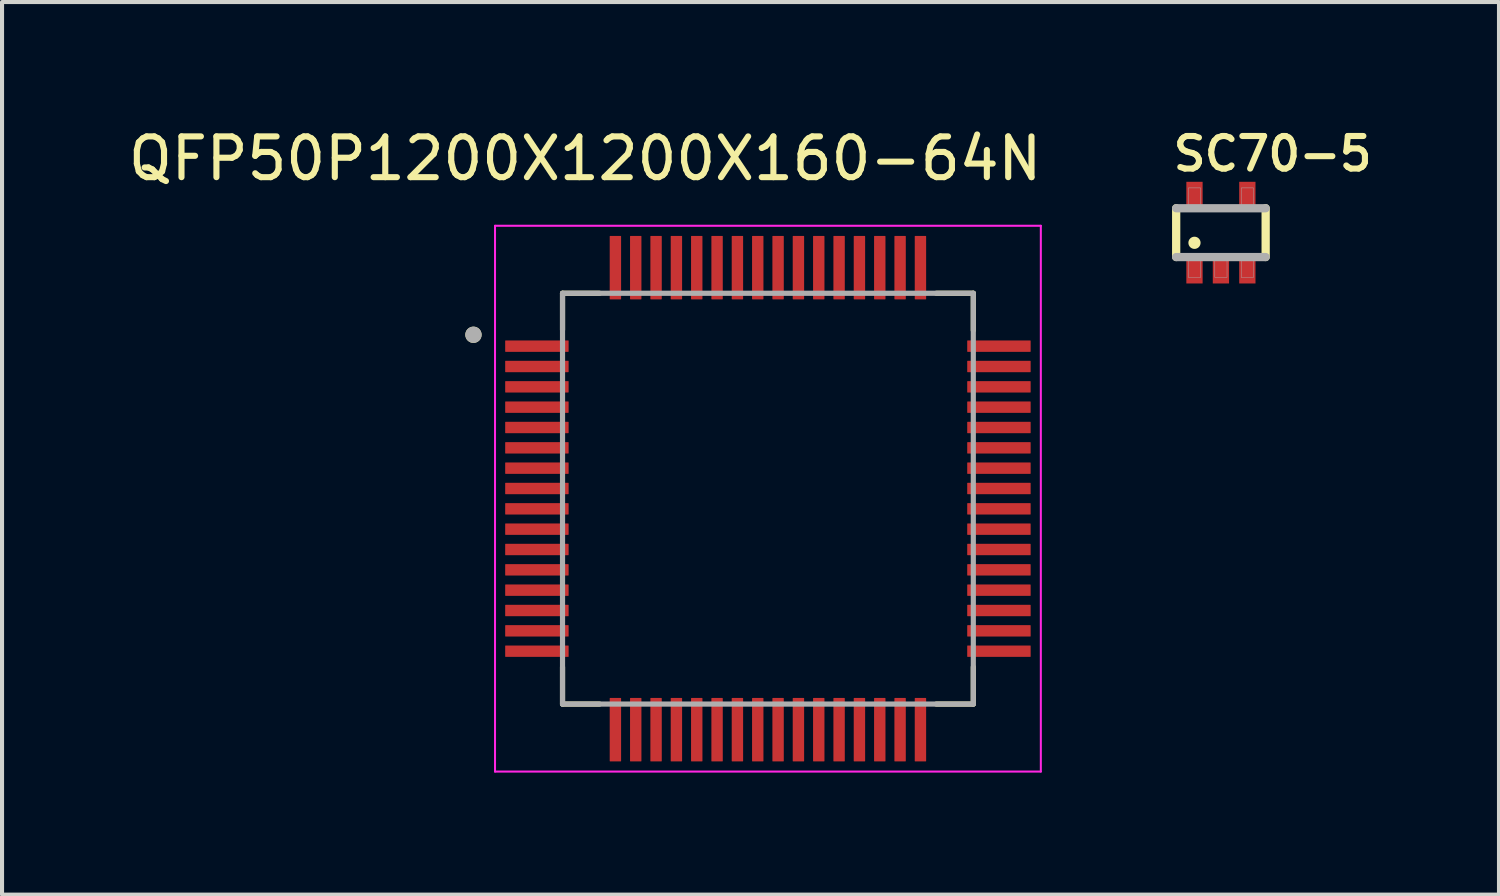
<source format=kicad_pcb>
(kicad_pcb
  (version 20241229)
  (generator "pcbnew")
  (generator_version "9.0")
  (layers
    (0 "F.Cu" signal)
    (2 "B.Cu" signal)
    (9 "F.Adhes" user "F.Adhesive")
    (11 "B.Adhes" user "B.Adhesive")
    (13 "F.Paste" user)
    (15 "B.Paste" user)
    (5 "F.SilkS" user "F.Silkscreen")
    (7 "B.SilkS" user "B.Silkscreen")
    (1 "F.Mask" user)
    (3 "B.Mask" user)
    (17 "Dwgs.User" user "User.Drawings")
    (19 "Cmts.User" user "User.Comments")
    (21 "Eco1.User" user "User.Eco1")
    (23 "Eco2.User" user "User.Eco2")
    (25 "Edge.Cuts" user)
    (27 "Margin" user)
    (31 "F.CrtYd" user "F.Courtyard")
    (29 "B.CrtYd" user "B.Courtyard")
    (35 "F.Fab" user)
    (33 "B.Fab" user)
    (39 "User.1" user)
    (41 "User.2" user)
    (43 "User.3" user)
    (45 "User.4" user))
  (footprint "SC70-5"
    (layer "F.Cu")
    (at 26.969 2.67)
    (property "Reference" "SC70-5" (at 1.271 -1.938 0) (layer "F.SilkS") (effects (font (size 0.801 0.801) (thickness 0.15))))
    (attr smd)
    (fp_line (start -1.1 0.6) (end -1.1 -0.6) (stroke (width 0.203) (type solid)) (layer "F.SilkS"))
    (fp_line (start 1.1 -0.6) (end 1.1 0.6) (stroke (width 0.203) (type solid)) (layer "F.SilkS"))
    (fp_circle (center -0.65 0.25) (end -0.5 0.25) (stroke (width 0) (type solid)) (fill yes) (layer "F.SilkS"))
    (fp_line (start -1.1 -0.6) (end 1.1 -0.6) (stroke (width 0.203) (type solid)) (layer "F.Fab"))
    (fp_line (start 1.1 0.6) (end -1.1 0.6) (stroke (width 0.203) (type solid)) (layer "F.Fab"))
    (fp_poly (pts (xy -0.801 0.6) (xy -0.5 0.6) (xy -0.5 1.101) (xy -0.801 1.101)) (stroke (width 0.01) (type solid)) (fill no) (layer "F.Fab"))
    (fp_poly (pts (xy -0.8 -1.1) (xy -0.5 -1.1) (xy -0.5 -0.6) (xy -0.8 -0.6)) (stroke (width 0.01) (type solid)) (fill no) (layer "F.Fab"))
    (fp_poly (pts (xy -0.15 0.6) (xy 0.15 0.6) (xy 0.15 1.101) (xy -0.15 1.101)) (stroke (width 0.01) (type solid)) (fill no) (layer "F.Fab"))
    (fp_poly (pts (xy 0.501 -1.1) (xy 0.8 -1.1) (xy 0.8 -0.601) (xy 0.501 -0.601)) (stroke (width 0.01) (type solid)) (fill no) (layer "F.Fab"))
    (fp_poly (pts (xy 0.501 0.6) (xy 0.8 0.6) (xy 0.8 1.102) (xy 0.501 1.102)) (stroke (width 0.01) (type solid)) (fill no) (layer "F.Fab"))
    (pad "1" smd rect (at -0.65 0.95) (size 0.4 0.6) (layers "F.Cu" "F.Mask" "F.Paste"))
    (pad "2" smd rect (at 0 0.95) (size 0.4 0.6) (layers "F.Cu" "F.Mask" "F.Paste"))
    (pad "3" smd rect (at 0.65 0.95) (size 0.4 0.6) (layers "F.Cu" "F.Mask" "F.Paste"))
    (pad "4" smd rect (at 0.65 -0.95) (size 0.4 0.6) (layers "F.Cu" "F.Mask" "F.Paste"))
    (pad "5" smd rect (at -0.65 -0.95) (size 0.4 0.6) (layers "F.Cu" "F.Mask" "F.Paste")))
  (footprint "QFP50P1200X1200X160-64N"
    (layer "F.Cu")
    (at 15.831 9.211)
    (property "Reference" "QFP50P1200X1200X160-64N" (at -4.494 -8.361 0) (layer "F.SilkS") (effects (font (size 1.002 1.002) (thickness 0.15))))
    (attr smd)
    (fp_line (start -5.05 -5.05) (end -5.05 -4.15) (stroke (width 0.127) (type solid)) (layer "F.SilkS"))
    (fp_line (start -5.05 -5.05) (end -4.14 -5.05) (stroke (width 0.127) (type solid)) (layer "F.SilkS"))
    (fp_line (start -5.05 5.05) (end -5.05 4.14) (stroke (width 0.127) (type solid)) (layer "F.SilkS"))
    (fp_line (start -5.05 5.05) (end -4.14 5.05) (stroke (width 0.127) (type solid)) (layer "F.SilkS"))
    (fp_line (start 5.05 -5.05) (end 4.14 -5.05) (stroke (width 0.127) (type solid)) (layer "F.SilkS"))
    (fp_line (start 5.05 -5.05) (end 5.05 -4.14) (stroke (width 0.127) (type solid)) (layer "F.SilkS"))
    (fp_line (start 5.05 5.05) (end 4.14 5.05) (stroke (width 0.127) (type solid)) (layer "F.SilkS"))
    (fp_line (start 5.05 5.05) (end 5.05 4.14) (stroke (width 0.127) (type solid)) (layer "F.SilkS"))
    (fp_circle (center -7.24 -4.03) (end -7.04 -4.03) (stroke (width 0) (type solid)) (fill yes) (layer "F.SilkS"))
    (fp_line (start -6.71 -6.71) (end 6.71 -6.71) (stroke (width 0.05) (type solid)) (layer "F.CrtYd"))
    (fp_line (start -6.71 6.71) (end -6.71 -6.71) (stroke (width 0.05) (type solid)) (layer "F.CrtYd"))
    (fp_line (start -6.71 6.71) (end 6.71 6.71) (stroke (width 0.05) (type solid)) (layer "F.CrtYd"))
    (fp_line (start 6.71 6.71) (end 6.71 -6.71) (stroke (width 0.05) (type solid)) (layer "F.CrtYd"))
    (fp_line (start -5.05 -5.05) (end 5.05 -5.05) (stroke (width 0.127) (type solid)) (layer "F.Fab"))
    (fp_line (start -5.05 5.05) (end -5.05 -5.05) (stroke (width 0.127) (type solid)) (layer "F.Fab"))
    (fp_line (start -5.05 5.05) (end 5.05 5.05) (stroke (width 0.127) (type solid)) (layer "F.Fab"))
    (fp_line (start 5.05 5.05) (end 5.05 -5.05) (stroke (width 0.127) (type solid)) (layer "F.Fab"))
    (fp_circle (center -7.24 -4.03) (end -7.04 -4.03) (stroke (width 0) (type solid)) (fill yes) (layer "F.Fab"))
    (pad "1" smd roundrect (at -5.68 -3.75) (size 1.56 0.28) (layers "F.Cu" "F.Mask" "F.Paste") (roundrect_rratio 0.04))
    (pad "2" smd roundrect (at -5.68 -3.25) (size 1.56 0.28) (layers "F.Cu" "F.Mask" "F.Paste") (roundrect_rratio 0.04))
    (pad "3" smd roundrect (at -5.68 -2.75) (size 1.56 0.28) (layers "F.Cu" "F.Mask" "F.Paste") (roundrect_rratio 0.04))
    (pad "4" smd roundrect (at -5.68 -2.25) (size 1.56 0.28) (layers "F.Cu" "F.Mask" "F.Paste") (roundrect_rratio 0.04))
    (pad "5" smd roundrect (at -5.68 -1.75) (size 1.56 0.28) (layers "F.Cu" "F.Mask" "F.Paste") (roundrect_rratio 0.04))
    (pad "6" smd roundrect (at -5.68 -1.25) (size 1.56 0.28) (layers "F.Cu" "F.Mask" "F.Paste") (roundrect_rratio 0.04))
    (pad "7" smd roundrect (at -5.68 -0.75) (size 1.56 0.28) (layers "F.Cu" "F.Mask" "F.Paste") (roundrect_rratio 0.04))
    (pad "8" smd roundrect (at -5.68 -0.25) (size 1.56 0.28) (layers "F.Cu" "F.Mask" "F.Paste") (roundrect_rratio 0.04))
    (pad "9" smd roundrect (at -5.68 0.25) (size 1.56 0.28) (layers "F.Cu" "F.Mask" "F.Paste") (roundrect_rratio 0.04))
    (pad "10" smd roundrect (at -5.68 0.75) (size 1.56 0.28) (layers "F.Cu" "F.Mask" "F.Paste") (roundrect_rratio 0.04))
    (pad "11" smd roundrect (at -5.68 1.25) (size 1.56 0.28) (layers "F.Cu" "F.Mask" "F.Paste") (roundrect_rratio 0.04))
    (pad "12" smd roundrect (at -5.68 1.75) (size 1.56 0.28) (layers "F.Cu" "F.Mask" "F.Paste") (roundrect_rratio 0.04))
    (pad "13" smd roundrect (at -5.68 2.25) (size 1.56 0.28) (layers "F.Cu" "F.Mask" "F.Paste") (roundrect_rratio 0.04))
    (pad "14" smd roundrect (at -5.68 2.75) (size 1.56 0.28) (layers "F.Cu" "F.Mask" "F.Paste") (roundrect_rratio 0.04))
    (pad "15" smd roundrect (at -5.68 3.25) (size 1.56 0.28) (layers "F.Cu" "F.Mask" "F.Paste") (roundrect_rratio 0.04))
    (pad "16" smd roundrect (at -5.68 3.75) (size 1.56 0.28) (layers "F.Cu" "F.Mask" "F.Paste") (roundrect_rratio 0.04))
    (pad "17" smd roundrect (at -3.75 5.68 90) (size 1.56 0.28) (layers "F.Cu" "F.Mask" "F.Paste") (roundrect_rratio 0.04))
    (pad "18" smd roundrect (at -3.25 5.68 90) (size 1.56 0.28) (layers "F.Cu" "F.Mask" "F.Paste") (roundrect_rratio 0.04))
    (pad "19" smd roundrect (at -2.75 5.68 90) (size 1.56 0.28) (layers "F.Cu" "F.Mask" "F.Paste") (roundrect_rratio 0.04))
    (pad "20" smd roundrect (at -2.25 5.68 90) (size 1.56 0.28) (layers "F.Cu" "F.Mask" "F.Paste") (roundrect_rratio 0.04))
    (pad "21" smd roundrect (at -1.75 5.68 90) (size 1.56 0.28) (layers "F.Cu" "F.Mask" "F.Paste") (roundrect_rratio 0.04))
    (pad "22" smd roundrect (at -1.25 5.68 90) (size 1.56 0.28) (layers "F.Cu" "F.Mask" "F.Paste") (roundrect_rratio 0.04))
    (pad "23" smd roundrect (at -0.75 5.68 90) (size 1.56 0.28) (layers "F.Cu" "F.Mask" "F.Paste") (roundrect_rratio 0.04))
    (pad "24" smd roundrect (at -0.25 5.68 90) (size 1.56 0.28) (layers "F.Cu" "F.Mask" "F.Paste") (roundrect_rratio 0.04))
    (pad "25" smd roundrect (at 0.25 5.68 90) (size 1.56 0.28) (layers "F.Cu" "F.Mask" "F.Paste") (roundrect_rratio 0.04))
    (pad "26" smd roundrect (at 0.75 5.68 90) (size 1.56 0.28) (layers "F.Cu" "F.Mask" "F.Paste") (roundrect_rratio 0.04))
    (pad "27" smd roundrect (at 1.25 5.68 90) (size 1.56 0.28) (layers "F.Cu" "F.Mask" "F.Paste") (roundrect_rratio 0.04))
    (pad "28" smd roundrect (at 1.75 5.68 90) (size 1.56 0.28) (layers "F.Cu" "F.Mask" "F.Paste") (roundrect_rratio 0.04))
    (pad "29" smd roundrect (at 2.25 5.68 90) (size 1.56 0.28) (layers "F.Cu" "F.Mask" "F.Paste") (roundrect_rratio 0.04))
    (pad "30" smd roundrect (at 2.75 5.68 90) (size 1.56 0.28) (layers "F.Cu" "F.Mask" "F.Paste") (roundrect_rratio 0.04))
    (pad "31" smd roundrect (at 3.25 5.68 90) (size 1.56 0.28) (layers "F.Cu" "F.Mask" "F.Paste") (roundrect_rratio 0.04))
    (pad "32" smd roundrect (at 3.75 5.68 90) (size 1.56 0.28) (layers "F.Cu" "F.Mask" "F.Paste") (roundrect_rratio 0.04))
    (pad "33" smd roundrect (at 5.68 3.75) (size 1.56 0.28) (layers "F.Cu" "F.Mask" "F.Paste") (roundrect_rratio 0.04))
    (pad "34" smd roundrect (at 5.68 3.25) (size 1.56 0.28) (layers "F.Cu" "F.Mask" "F.Paste") (roundrect_rratio 0.04))
    (pad "35" smd roundrect (at 5.68 2.75) (size 1.56 0.28) (layers "F.Cu" "F.Mask" "F.Paste") (roundrect_rratio 0.04))
    (pad "36" smd roundrect (at 5.68 2.25) (size 1.56 0.28) (layers "F.Cu" "F.Mask" "F.Paste") (roundrect_rratio 0.04))
    (pad "37" smd roundrect (at 5.68 1.75) (size 1.56 0.28) (layers "F.Cu" "F.Mask" "F.Paste") (roundrect_rratio 0.04))
    (pad "38" smd roundrect (at 5.68 1.25) (size 1.56 0.28) (layers "F.Cu" "F.Mask" "F.Paste") (roundrect_rratio 0.04))
    (pad "39" smd roundrect (at 5.68 0.75) (size 1.56 0.28) (layers "F.Cu" "F.Mask" "F.Paste") (roundrect_rratio 0.04))
    (pad "40" smd roundrect (at 5.68 0.25) (size 1.56 0.28) (layers "F.Cu" "F.Mask" "F.Paste") (roundrect_rratio 0.04))
    (pad "41" smd roundrect (at 5.68 -0.25) (size 1.56 0.28) (layers "F.Cu" "F.Mask" "F.Paste") (roundrect_rratio 0.04))
    (pad "42" smd roundrect (at 5.68 -0.75) (size 1.56 0.28) (layers "F.Cu" "F.Mask" "F.Paste") (roundrect_rratio 0.04))
    (pad "43" smd roundrect (at 5.68 -1.25) (size 1.56 0.28) (layers "F.Cu" "F.Mask" "F.Paste") (roundrect_rratio 0.04))
    (pad "44" smd roundrect (at 5.68 -1.75) (size 1.56 0.28) (layers "F.Cu" "F.Mask" "F.Paste") (roundrect_rratio 0.04))
    (pad "45" smd roundrect (at 5.68 -2.25) (size 1.56 0.28) (layers "F.Cu" "F.Mask" "F.Paste") (roundrect_rratio 0.04))
    (pad "46" smd roundrect (at 5.68 -2.75) (size 1.56 0.28) (layers "F.Cu" "F.Mask" "F.Paste") (roundrect_rratio 0.04))
    (pad "47" smd roundrect (at 5.68 -3.25) (size 1.56 0.28) (layers "F.Cu" "F.Mask" "F.Paste") (roundrect_rratio 0.04))
    (pad "48" smd roundrect (at 5.68 -3.75) (size 1.56 0.28) (layers "F.Cu" "F.Mask" "F.Paste") (roundrect_rratio 0.04))
    (pad "49" smd roundrect (at 3.75 -5.68 90) (size 1.56 0.28) (layers "F.Cu" "F.Mask" "F.Paste") (roundrect_rratio 0.04))
    (pad "50" smd roundrect (at 3.25 -5.68 90) (size 1.56 0.28) (layers "F.Cu" "F.Mask" "F.Paste") (roundrect_rratio 0.04))
    (pad "51" smd roundrect (at 2.75 -5.68 90) (size 1.56 0.28) (layers "F.Cu" "F.Mask" "F.Paste") (roundrect_rratio 0.04))
    (pad "52" smd roundrect (at 2.25 -5.68 90) (size 1.56 0.28) (layers "F.Cu" "F.Mask" "F.Paste") (roundrect_rratio 0.04))
    (pad "53" smd roundrect (at 1.75 -5.68 90) (size 1.56 0.28) (layers "F.Cu" "F.Mask" "F.Paste") (roundrect_rratio 0.04))
    (pad "54" smd roundrect (at 1.25 -5.68 90) (size 1.56 0.28) (layers "F.Cu" "F.Mask" "F.Paste") (roundrect_rratio 0.04))
    (pad "55" smd roundrect (at 0.75 -5.68 90) (size 1.56 0.28) (layers "F.Cu" "F.Mask" "F.Paste") (roundrect_rratio 0.04))
    (pad "56" smd roundrect (at 0.25 -5.68 90) (size 1.56 0.28) (layers "F.Cu" "F.Mask" "F.Paste") (roundrect_rratio 0.04))
    (pad "57" smd roundrect (at -0.25 -5.68 90) (size 1.56 0.28) (layers "F.Cu" "F.Mask" "F.Paste") (roundrect_rratio 0.04))
    (pad "58" smd roundrect (at -0.75 -5.68 90) (size 1.56 0.28) (layers "F.Cu" "F.Mask" "F.Paste") (roundrect_rratio 0.04))
    (pad "59" smd roundrect (at -1.25 -5.68 90) (size 1.56 0.28) (layers "F.Cu" "F.Mask" "F.Paste") (roundrect_rratio 0.04))
    (pad "60" smd roundrect (at -1.75 -5.68 90) (size 1.56 0.28) (layers "F.Cu" "F.Mask" "F.Paste") (roundrect_rratio 0.04))
    (pad "61" smd roundrect (at -2.25 -5.68 90) (size 1.56 0.28) (layers "F.Cu" "F.Mask" "F.Paste") (roundrect_rratio 0.04))
    (pad "62" smd roundrect (at -2.75 -5.68 90) (size 1.56 0.28) (layers "F.Cu" "F.Mask" "F.Paste") (roundrect_rratio 0.04))
    (pad "63" smd roundrect (at -3.25 -5.68 90) (size 1.56 0.28) (layers "F.Cu" "F.Mask" "F.Paste") (roundrect_rratio 0.04))
    (pad "64" smd roundrect (at -3.75 -5.68 90) (size 1.56 0.28) (layers "F.Cu" "F.Mask" "F.Paste") (roundrect_rratio 0.04)))
  (gr_rect
    (start -3 -3)
    (end 33.806 18.946)
    (stroke (width 0.1) (type default))
    (fill no)
    (layer "Edge.Cuts")))
</source>
